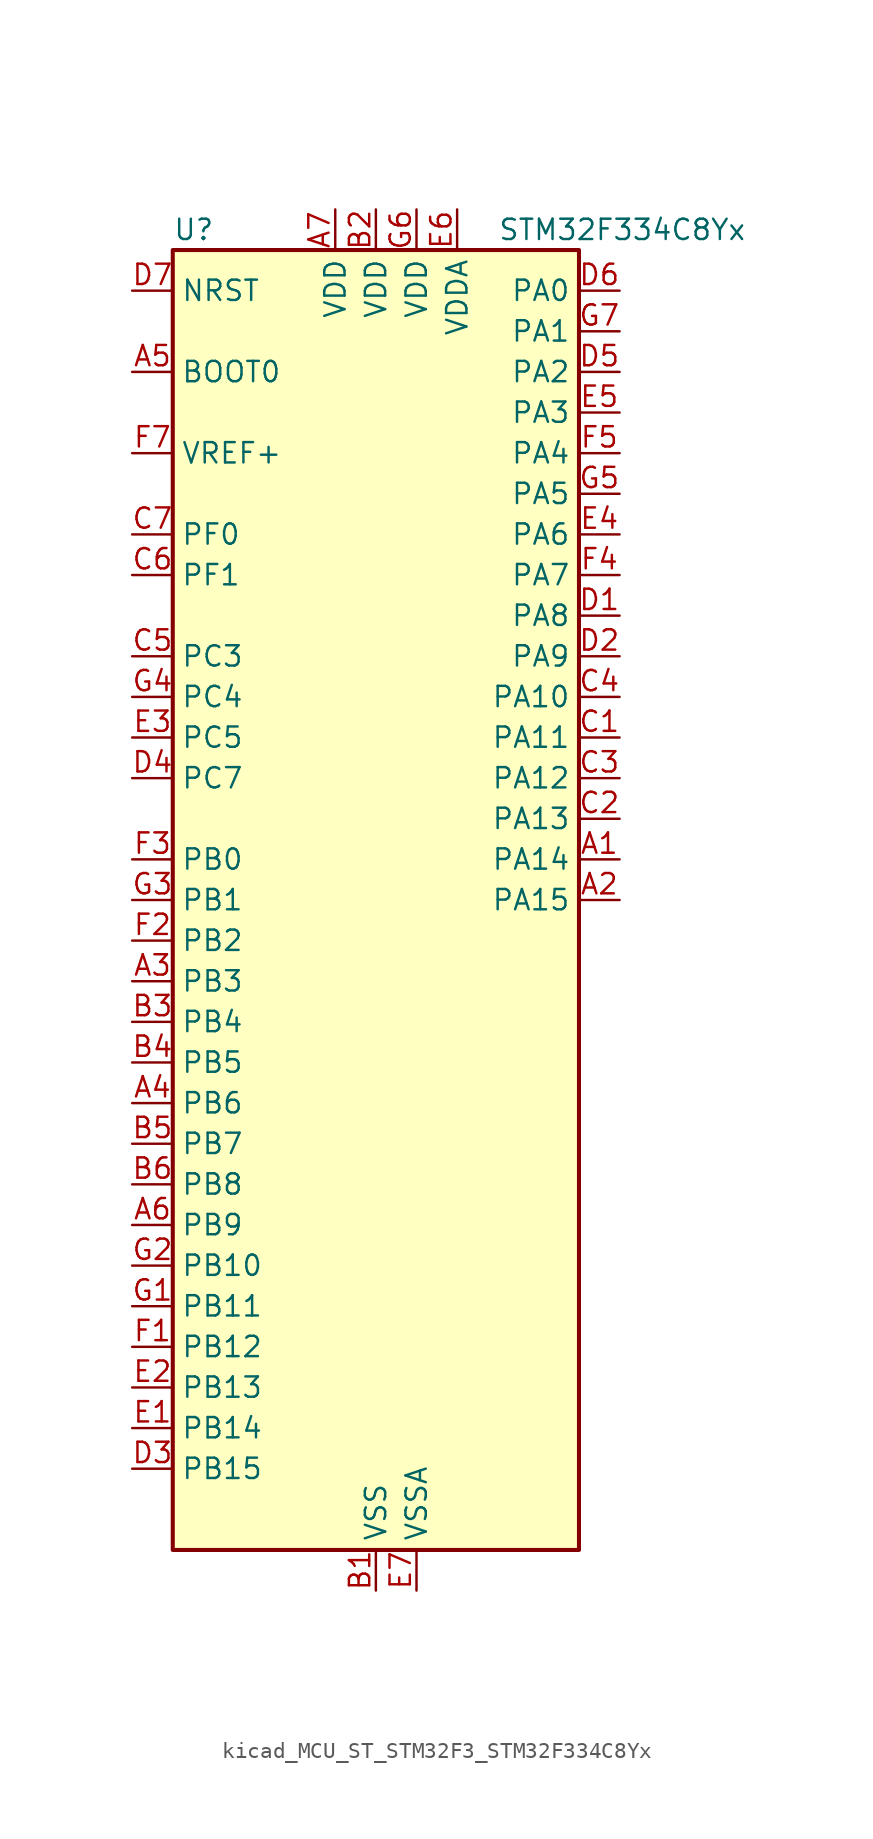
<source format=kicad_sym>
(kicad_symbol_lib
  (version 20220914)
  (generator kicad_symbol_editor)
  (symbol "kicad_MCU_ST_STM32F3_STM32F334C8Yx"
    (property "Reference" "U"
      (at -12.7 41.91 0)
      (effects (font (size 1.27 1.27)) (justify left)))
    (property "Value" "STM32F334C8Yx"
      (at 7.62 41.91 0)
      (effects (font (size 1.27 1.27)) (justify left)))
    (property "ki_locked" ""
      (at 0 0 0)
      (effects (font (size 1.27 1.27))))
    (symbol "kicad_MCU_ST_STM32F3_STM32F334C8Yx_0_1"
      (rectangle (start -12.7 -40.64) (end 12.7 40.64) (stroke (width 0.254) (type default)) (fill (type background))))
    (symbol "kicad_MCU_ST_STM32F3_STM32F334C8Yx_1_1"
      (pin bidirectional line (at 15.24 2.54 180) (length 2.54) (name "PA14" (effects (font (size 1.27 1.27)))) (number "A1" (effects (font (size 1.27 1.27)))) (alternate "I2C1_SDA" bidirectional line) (alternate "SYS_JTCK-SWCLK" bidirectional line) (alternate "TIM1_BKIN" bidirectional line) (alternate "TSC_G4_IO4" bidirectional line) (alternate "USART2_TX" bidirectional line))
      (pin bidirectional line (at 15.24 0 180) (length 2.54) (name "PA15" (effects (font (size 1.27 1.27)))) (number "A2" (effects (font (size 1.27 1.27)))) (alternate "ADC1_EXTI15" bidirectional line) (alternate "ADC2_EXTI15" bidirectional line) (alternate "HRTIM1_FLT2" bidirectional line) (alternate "I2C1_SCL" bidirectional line) (alternate "SPI1_NSS" bidirectional line) (alternate "SYS_JTDI" bidirectional line) (alternate "TIM1_BKIN" bidirectional line) (alternate "TIM2_CH1" bidirectional line) (alternate "TIM2_ETR" bidirectional line) (alternate "TSC_SYNC" bidirectional line) (alternate "USART2_RX" bidirectional line))
      (pin bidirectional line (at -15.24 -5.08 0) (length 2.54) (name "PB3" (effects (font (size 1.27 1.27)))) (number "A3" (effects (font (size 1.27 1.27)))) (alternate "HRTIM1_EEV9" bidirectional line) (alternate "HRTIM1_SCOUT" bidirectional line) (alternate "SPI1_SCK" bidirectional line) (alternate "SYS_JTDO-TRACESWO" bidirectional line) (alternate "TIM2_CH2" bidirectional line) (alternate "TIM3_ETR" bidirectional line) (alternate "TSC_G5_IO1" bidirectional line) (alternate "USART2_TX" bidirectional line))
      (pin bidirectional line (at -15.24 -12.7 0) (length 2.54) (name "PB6" (effects (font (size 1.27 1.27)))) (number "A4" (effects (font (size 1.27 1.27)))) (alternate "HRTIM1_EEV4" bidirectional line) (alternate "HRTIM1_SCIN" bidirectional line) (alternate "I2C1_SCL" bidirectional line) (alternate "TIM16_CH1N" bidirectional line) (alternate "TSC_G5_IO3" bidirectional line) (alternate "USART1_TX" bidirectional line))
      (pin input line (at -15.24 33.02 0) (length 2.54) (name "BOOT0" (effects (font (size 1.27 1.27)))) (number "A5" (effects (font (size 1.27 1.27)))))
      (pin bidirectional line (at -15.24 -20.32 0) (length 2.54) (name "PB9" (effects (font (size 1.27 1.27)))) (number "A6" (effects (font (size 1.27 1.27)))) (alternate "CAN_TX" bidirectional line) (alternate "COMP2_OUT" bidirectional line) (alternate "DAC1_EXTI9" bidirectional line) (alternate "DAC2_EXTI9" bidirectional line) (alternate "HRTIM1_EEV5" bidirectional line) (alternate "I2C1_SDA" bidirectional line) (alternate "IR_OUT" bidirectional line) (alternate "TIM17_CH1" bidirectional line) (alternate "USART3_TX" bidirectional line))
      (pin power_in line (at -2.54 43.18 270) (length 2.54) (name "VDD" (effects (font (size 1.27 1.27)))) (number "A7" (effects (font (size 1.27 1.27)))))
      (pin power_in line (at 0 -43.18 90) (length 2.54) (name "VSS" (effects (font (size 1.27 1.27)))) (number "B1" (effects (font (size 1.27 1.27)))))
      (pin power_in line (at 0 43.18 270) (length 2.54) (name "VDD" (effects (font (size 1.27 1.27)))) (number "B2" (effects (font (size 1.27 1.27)))))
      (pin bidirectional line (at -15.24 -7.62 0) (length 2.54) (name "PB4" (effects (font (size 1.27 1.27)))) (number "B3" (effects (font (size 1.27 1.27)))) (alternate "HRTIM1_EEV7" bidirectional line) (alternate "SPI1_MISO" bidirectional line) (alternate "SYS_NJTRST" bidirectional line) (alternate "TIM16_CH1" bidirectional line) (alternate "TIM17_BKIN" bidirectional line) (alternate "TIM3_CH1" bidirectional line) (alternate "TSC_G5_IO2" bidirectional line) (alternate "USART2_RX" bidirectional line))
      (pin bidirectional line (at -15.24 -10.16 0) (length 2.54) (name "PB5" (effects (font (size 1.27 1.27)))) (number "B4" (effects (font (size 1.27 1.27)))) (alternate "HRTIM1_EEV6" bidirectional line) (alternate "I2C1_SMBA" bidirectional line) (alternate "SPI1_MOSI" bidirectional line) (alternate "TIM16_BKIN" bidirectional line) (alternate "TIM17_CH1" bidirectional line) (alternate "TIM3_CH2" bidirectional line) (alternate "USART2_CK" bidirectional line))
      (pin bidirectional line (at -15.24 -15.24 0) (length 2.54) (name "PB7" (effects (font (size 1.27 1.27)))) (number "B5" (effects (font (size 1.27 1.27)))) (alternate "HRTIM1_EEV3" bidirectional line) (alternate "I2C1_SDA" bidirectional line) (alternate "TIM17_CH1N" bidirectional line) (alternate "TIM3_CH4" bidirectional line) (alternate "TSC_G5_IO4" bidirectional line) (alternate "USART1_RX" bidirectional line))
      (pin bidirectional line (at -15.24 -17.78 0) (length 2.54) (name "PB8" (effects (font (size 1.27 1.27)))) (number "B6" (effects (font (size 1.27 1.27)))) (alternate "CAN_RX" bidirectional line) (alternate "HRTIM1_EEV8" bidirectional line) (alternate "I2C1_SCL" bidirectional line) (alternate "TIM16_CH1" bidirectional line) (alternate "TIM1_BKIN" bidirectional line) (alternate "TSC_SYNC" bidirectional line) (alternate "USART3_RX" bidirectional line))
      (pin passive line (at 0 -43.18 90) (length 2.54) hide (name "VSS" (effects (font (size 1.27 1.27)))) (number "B7" (effects (font (size 1.27 1.27)))))
      (pin bidirectional line (at 15.24 10.16 180) (length 2.54) (name "PA11" (effects (font (size 1.27 1.27)))) (number "C1" (effects (font (size 1.27 1.27)))) (alternate "ADC1_EXTI11" bidirectional line) (alternate "ADC2_EXTI11" bidirectional line) (alternate "CAN_RX" bidirectional line) (alternate "HRTIM1_CHB2" bidirectional line) (alternate "TIM1_BKIN2" bidirectional line) (alternate "TIM1_CH1N" bidirectional line) (alternate "TIM1_CH4" bidirectional line) (alternate "USART1_CTS" bidirectional line))
      (pin bidirectional line (at 15.24 5.08 180) (length 2.54) (name "PA13" (effects (font (size 1.27 1.27)))) (number "C2" (effects (font (size 1.27 1.27)))) (alternate "IR_OUT" bidirectional line) (alternate "SYS_JTMS-SWDIO" bidirectional line) (alternate "TIM16_CH1N" bidirectional line) (alternate "TSC_G4_IO3" bidirectional line) (alternate "USART3_CTS" bidirectional line))
      (pin bidirectional line (at 15.24 7.62 180) (length 2.54) (name "PA12" (effects (font (size 1.27 1.27)))) (number "C3" (effects (font (size 1.27 1.27)))) (alternate "CAN_TX" bidirectional line) (alternate "COMP2_OUT" bidirectional line) (alternate "HRTIM1_FLT1" bidirectional line) (alternate "TIM16_CH1" bidirectional line) (alternate "TIM1_CH2N" bidirectional line) (alternate "TIM1_ETR" bidirectional line) (alternate "USART1_DE" bidirectional line) (alternate "USART1_RTS" bidirectional line))
      (pin bidirectional line (at 15.24 12.7 180) (length 2.54) (name "PA10" (effects (font (size 1.27 1.27)))) (number "C4" (effects (font (size 1.27 1.27)))) (alternate "COMP6_OUT" bidirectional line) (alternate "HRTIM1_CHB1" bidirectional line) (alternate "TIM17_BKIN" bidirectional line) (alternate "TIM1_CH3" bidirectional line) (alternate "TIM2_CH4" bidirectional line) (alternate "TSC_G4_IO2" bidirectional line) (alternate "USART1_RX" bidirectional line))
      (pin bidirectional line (at -15.24 15.24 0) (length 2.54) (name "PC3" (effects (font (size 1.27 1.27)))) (number "C5" (effects (font (size 1.27 1.27)))) (alternate "ADC1_IN9" bidirectional line) (alternate "ADC2_IN9" bidirectional line) (alternate "TIM1_BKIN2" bidirectional line) (alternate "TIM1_CH4" bidirectional line))
      (pin bidirectional line (at -15.24 20.32 0) (length 2.54) (name "PF1" (effects (font (size 1.27 1.27)))) (number "C6" (effects (font (size 1.27 1.27)))) (alternate "RCC_OSC_OUT" bidirectional line))
      (pin bidirectional line (at -15.24 22.86 0) (length 2.54) (name "PF0" (effects (font (size 1.27 1.27)))) (number "C7" (effects (font (size 1.27 1.27)))) (alternate "RCC_OSC_IN" bidirectional line) (alternate "TIM1_CH3N" bidirectional line))
      (pin bidirectional line (at 15.24 17.78 180) (length 2.54) (name "PA8" (effects (font (size 1.27 1.27)))) (number "D1" (effects (font (size 1.27 1.27)))) (alternate "HRTIM1_CHA1" bidirectional line) (alternate "RCC_MCO" bidirectional line) (alternate "TIM1_CH1" bidirectional line) (alternate "USART1_CK" bidirectional line))
      (pin bidirectional line (at 15.24 15.24 180) (length 2.54) (name "PA9" (effects (font (size 1.27 1.27)))) (number "D2" (effects (font (size 1.27 1.27)))) (alternate "DAC1_EXTI9" bidirectional line) (alternate "DAC2_EXTI9" bidirectional line) (alternate "HRTIM1_CHA2" bidirectional line) (alternate "TIM15_BKIN" bidirectional line) (alternate "TIM1_CH2" bidirectional line) (alternate "TIM2_CH3" bidirectional line) (alternate "TSC_G4_IO1" bidirectional line) (alternate "USART1_TX" bidirectional line))
      (pin bidirectional line (at -15.24 -35.56 0) (length 2.54) (name "PB15" (effects (font (size 1.27 1.27)))) (number "D3" (effects (font (size 1.27 1.27)))) (alternate "ADC1_EXTI15" bidirectional line) (alternate "ADC2_EXTI15" bidirectional line) (alternate "ADC2_IN15" bidirectional line) (alternate "COMP6_INM" bidirectional line) (alternate "HRTIM1_CHD2" bidirectional line) (alternate "RTC_REFIN" bidirectional line) (alternate "TIM15_CH1N" bidirectional line) (alternate "TIM15_CH2" bidirectional line) (alternate "TIM1_CH3N" bidirectional line))
      (pin bidirectional line (at -15.24 7.62 0) (length 2.54) (name "PC7" (effects (font (size 1.27 1.27)))) (number "D4" (effects (font (size 1.27 1.27)))) (alternate "HRTIM1_FLT5" bidirectional line) (alternate "TIM3_CH2" bidirectional line))
      (pin bidirectional line (at 15.24 33.02 180) (length 2.54) (name "PA2" (effects (font (size 1.27 1.27)))) (number "D5" (effects (font (size 1.27 1.27)))) (alternate "ADC1_IN3" bidirectional line) (alternate "COMP2_INM" bidirectional line) (alternate "COMP2_OUT" bidirectional line) (alternate "TIM15_CH1" bidirectional line) (alternate "TIM2_CH3" bidirectional line) (alternate "TSC_G1_IO3" bidirectional line) (alternate "USART2_TX" bidirectional line))
      (pin bidirectional line (at 15.24 38.1 180) (length 2.54) (name "PA0" (effects (font (size 1.27 1.27)))) (number "D6" (effects (font (size 1.27 1.27)))) (alternate "ADC1_IN1" bidirectional line) (alternate "RTC_TAMP2" bidirectional line) (alternate "SYS_WKUP1" bidirectional line) (alternate "TIM2_CH1" bidirectional line) (alternate "TIM2_ETR" bidirectional line) (alternate "TSC_G1_IO1" bidirectional line) (alternate "USART2_CTS" bidirectional line))
      (pin input line (at -15.24 38.1 0) (length 2.54) (name "NRST" (effects (font (size 1.27 1.27)))) (number "D7" (effects (font (size 1.27 1.27)))))
      (pin bidirectional line (at -15.24 -33.02 0) (length 2.54) (name "PB14" (effects (font (size 1.27 1.27)))) (number "E1" (effects (font (size 1.27 1.27)))) (alternate "ADC2_IN14" bidirectional line) (alternate "HRTIM1_CHD1" bidirectional line) (alternate "OPAMP2_VINP" bidirectional line) (alternate "OPAMP2_VINP_SEC" bidirectional line) (alternate "TIM15_CH1" bidirectional line) (alternate "TIM1_CH2N" bidirectional line) (alternate "TSC_G6_IO4" bidirectional line) (alternate "USART3_DE" bidirectional line) (alternate "USART3_RTS" bidirectional line))
      (pin bidirectional line (at -15.24 -30.48 0) (length 2.54) (name "PB13" (effects (font (size 1.27 1.27)))) (number "E2" (effects (font (size 1.27 1.27)))) (alternate "ADC1_IN13" bidirectional line) (alternate "HRTIM1_CHC2" bidirectional line) (alternate "TIM1_CH1N" bidirectional line) (alternate "TSC_G6_IO3" bidirectional line) (alternate "USART3_CTS" bidirectional line))
      (pin bidirectional line (at -15.24 10.16 0) (length 2.54) (name "PC5" (effects (font (size 1.27 1.27)))) (number "E3" (effects (font (size 1.27 1.27)))) (alternate "ADC2_IN11" bidirectional line) (alternate "OPAMP2_VINM" bidirectional line) (alternate "OPAMP2_VINM_SEC" bidirectional line) (alternate "TIM15_BKIN" bidirectional line) (alternate "TSC_G3_IO1" bidirectional line) (alternate "USART1_RX" bidirectional line))
      (pin bidirectional line (at 15.24 22.86 180) (length 2.54) (name "PA6" (effects (font (size 1.27 1.27)))) (number "E4" (effects (font (size 1.27 1.27)))) (alternate "ADC2_IN3" bidirectional line) (alternate "DAC2_OUT1" bidirectional line) (alternate "OPAMP2_DIG" bidirectional line) (alternate "OPAMP2_VOUT" bidirectional line) (alternate "SPI1_MISO" bidirectional line) (alternate "TIM16_CH1" bidirectional line) (alternate "TIM1_BKIN" bidirectional line) (alternate "TIM3_CH1" bidirectional line) (alternate "TSC_G2_IO3" bidirectional line))
      (pin bidirectional line (at 15.24 30.48 180) (length 2.54) (name "PA3" (effects (font (size 1.27 1.27)))) (number "E5" (effects (font (size 1.27 1.27)))) (alternate "ADC1_IN4" bidirectional line) (alternate "TIM15_CH2" bidirectional line) (alternate "TIM2_CH4" bidirectional line) (alternate "TSC_G1_IO4" bidirectional line) (alternate "USART2_RX" bidirectional line))
      (pin power_in line (at 5.08 43.18 270) (length 2.54) (name "VDDA" (effects (font (size 1.27 1.27)))) (number "E6" (effects (font (size 1.27 1.27)))))
      (pin power_in line (at 2.54 -43.18 90) (length 2.54) (name "VSSA" (effects (font (size 1.27 1.27)))) (number "E7" (effects (font (size 1.27 1.27)))))
      (pin bidirectional line (at -15.24 -27.94 0) (length 2.54) (name "PB12" (effects (font (size 1.27 1.27)))) (number "F1" (effects (font (size 1.27 1.27)))) (alternate "ADC2_IN13" bidirectional line) (alternate "HRTIM1_CHC1" bidirectional line) (alternate "TIM1_BKIN" bidirectional line) (alternate "TSC_G6_IO2" bidirectional line) (alternate "USART3_CK" bidirectional line))
      (pin bidirectional line (at -15.24 -2.54 0) (length 2.54) (name "PB2" (effects (font (size 1.27 1.27)))) (number "F2" (effects (font (size 1.27 1.27)))) (alternate "ADC2_IN12" bidirectional line) (alternate "COMP4_INM" bidirectional line) (alternate "HRTIM1_SCIN" bidirectional line) (alternate "TSC_G3_IO4" bidirectional line))
      (pin bidirectional line (at -15.24 2.54 0) (length 2.54) (name "PB0" (effects (font (size 1.27 1.27)))) (number "F3" (effects (font (size 1.27 1.27)))) (alternate "ADC1_IN11" bidirectional line) (alternate "COMP4_INP" bidirectional line) (alternate "OPAMP2_VINP" bidirectional line) (alternate "OPAMP2_VINP_SEC" bidirectional line) (alternate "TIM1_CH2N" bidirectional line) (alternate "TIM3_CH3" bidirectional line) (alternate "TSC_G3_IO2" bidirectional line))
      (pin bidirectional line (at 15.24 20.32 180) (length 2.54) (name "PA7" (effects (font (size 1.27 1.27)))) (number "F4" (effects (font (size 1.27 1.27)))) (alternate "ADC2_IN4" bidirectional line) (alternate "COMP2_INP" bidirectional line) (alternate "OPAMP2_VINP" bidirectional line) (alternate "OPAMP2_VINP_SEC" bidirectional line) (alternate "SPI1_MOSI" bidirectional line) (alternate "TIM17_CH1" bidirectional line) (alternate "TIM1_CH1N" bidirectional line) (alternate "TIM3_CH2" bidirectional line) (alternate "TSC_G2_IO4" bidirectional line))
      (pin bidirectional line (at 15.24 27.94 180) (length 2.54) (name "PA4" (effects (font (size 1.27 1.27)))) (number "F5" (effects (font (size 1.27 1.27)))) (alternate "ADC2_IN1" bidirectional line) (alternate "COMP2_INM" bidirectional line) (alternate "COMP4_INM" bidirectional line) (alternate "COMP6_INM" bidirectional line) (alternate "DAC1_OUT1" bidirectional line) (alternate "SPI1_NSS" bidirectional line) (alternate "TIM3_CH2" bidirectional line) (alternate "TSC_G2_IO1" bidirectional line) (alternate "USART2_CK" bidirectional line))
      (pin passive line (at 0 -43.18 90) (length 2.54) hide (name "VSS" (effects (font (size 1.27 1.27)))) (number "F6" (effects (font (size 1.27 1.27)))))
      (pin input line (at -15.24 27.94 0) (length 2.54) (name "VREF+" (effects (font (size 1.27 1.27)))) (number "F7" (effects (font (size 1.27 1.27)))))
      (pin bidirectional line (at -15.24 -25.4 0) (length 2.54) (name "PB11" (effects (font (size 1.27 1.27)))) (number "G1" (effects (font (size 1.27 1.27)))) (alternate "ADC1_EXTI11" bidirectional line) (alternate "ADC2_EXTI11" bidirectional line) (alternate "COMP6_INP" bidirectional line) (alternate "HRTIM1_FLT4" bidirectional line) (alternate "TIM2_CH4" bidirectional line) (alternate "TSC_G6_IO1" bidirectional line) (alternate "USART3_RX" bidirectional line))
      (pin bidirectional line (at -15.24 -22.86 0) (length 2.54) (name "PB10" (effects (font (size 1.27 1.27)))) (number "G2" (effects (font (size 1.27 1.27)))) (alternate "HRTIM1_FLT3" bidirectional line) (alternate "TIM2_CH3" bidirectional line) (alternate "TSC_SYNC" bidirectional line) (alternate "USART3_TX" bidirectional line))
      (pin bidirectional line (at -15.24 0 0) (length 2.54) (name "PB1" (effects (font (size 1.27 1.27)))) (number "G3" (effects (font (size 1.27 1.27)))) (alternate "ADC1_IN12" bidirectional line) (alternate "COMP4_OUT" bidirectional line) (alternate "HRTIM1_SCOUT" bidirectional line) (alternate "TIM1_CH3N" bidirectional line) (alternate "TIM3_CH4" bidirectional line) (alternate "TSC_G3_IO3" bidirectional line))
      (pin bidirectional line (at -15.24 12.7 0) (length 2.54) (name "PC4" (effects (font (size 1.27 1.27)))) (number "G4" (effects (font (size 1.27 1.27)))) (alternate "ADC2_IN5" bidirectional line) (alternate "TIM1_ETR" bidirectional line) (alternate "USART1_TX" bidirectional line))
      (pin bidirectional line (at 15.24 25.4 180) (length 2.54) (name "PA5" (effects (font (size 1.27 1.27)))) (number "G5" (effects (font (size 1.27 1.27)))) (alternate "ADC2_IN2" bidirectional line) (alternate "DAC1_OUT2" bidirectional line) (alternate "OPAMP2_VINM" bidirectional line) (alternate "OPAMP2_VINM_SEC" bidirectional line) (alternate "SPI1_SCK" bidirectional line) (alternate "TIM2_CH1" bidirectional line) (alternate "TIM2_ETR" bidirectional line) (alternate "TSC_G2_IO2" bidirectional line))
      (pin power_in line (at 2.54 43.18 270) (length 2.54) (name "VDD" (effects (font (size 1.27 1.27)))) (number "G6" (effects (font (size 1.27 1.27)))))
      (pin bidirectional line (at 15.24 35.56 180) (length 2.54) (name "PA1" (effects (font (size 1.27 1.27)))) (number "G7" (effects (font (size 1.27 1.27)))) (alternate "ADC1_IN2" bidirectional line) (alternate "RTC_REFIN" bidirectional line) (alternate "TIM15_CH1N" bidirectional line) (alternate "TIM2_CH2" bidirectional line) (alternate "TSC_G1_IO2" bidirectional line) (alternate "USART2_DE" bidirectional line) (alternate "USART2_RTS" bidirectional line)))))
</source>
